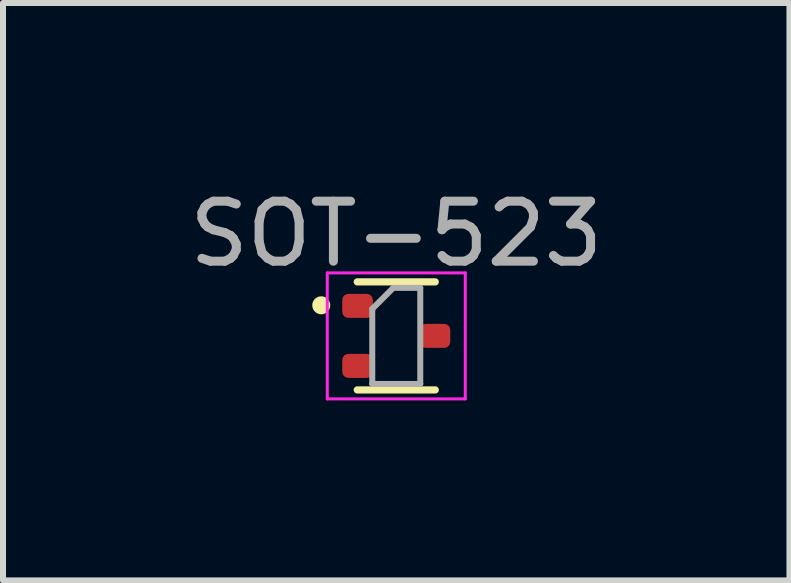
<source format=kicad_pcb>
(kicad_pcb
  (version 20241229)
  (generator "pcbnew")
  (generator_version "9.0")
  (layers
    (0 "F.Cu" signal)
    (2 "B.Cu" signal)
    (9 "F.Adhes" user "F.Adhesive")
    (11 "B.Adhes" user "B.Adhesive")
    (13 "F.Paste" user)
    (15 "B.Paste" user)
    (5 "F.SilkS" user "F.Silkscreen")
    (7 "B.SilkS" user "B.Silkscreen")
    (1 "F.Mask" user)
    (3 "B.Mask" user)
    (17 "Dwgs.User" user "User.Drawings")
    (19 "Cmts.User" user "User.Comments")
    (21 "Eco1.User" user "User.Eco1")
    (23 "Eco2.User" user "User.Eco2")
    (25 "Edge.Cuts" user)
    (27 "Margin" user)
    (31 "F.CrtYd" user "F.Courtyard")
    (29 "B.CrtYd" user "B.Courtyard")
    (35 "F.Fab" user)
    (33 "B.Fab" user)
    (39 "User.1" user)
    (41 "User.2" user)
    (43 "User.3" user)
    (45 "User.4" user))
  (footprint "SOT-523"
    (layer "F.Cu")
    (at 3.554 2.548)
    (property "Reference" "SOT-523" (at 0 -1.7 0) (layer "F.Fab") (effects (font (size 1 1) (thickness 0.15))))
    (attr smd)
    (fp_line (start 0.65 -0.9) (end -0.65 -0.9) (stroke (width 0.12) (type solid)) (layer "F.SilkS"))
    (fp_line (start 0.65 0.9) (end -0.65 0.9) (stroke (width 0.12) (type solid)) (layer "F.SilkS"))
    (fp_circle (center -1.25 -0.51) (end -1.1 -0.51) (stroke (width 0) (type solid)) (fill yes) (layer "F.SilkS"))
    (fp_line (start -1.15 -1.05) (end -1.15 1.05) (stroke (width 0.05) (type solid)) (layer "F.CrtYd"))
    (fp_line (start -1.15 -1.05) (end 1.15 -1.05) (stroke (width 0.05) (type solid)) (layer "F.CrtYd"))
    (fp_line (start 1.15 1.05) (end -1.15 1.05) (stroke (width 0.05) (type solid)) (layer "F.CrtYd"))
    (fp_line (start 1.15 1.05) (end 1.15 -1.05) (stroke (width 0.05) (type solid)) (layer "F.CrtYd"))
    (fp_line (start -0.4 -0.45) (end -0.4 0.8) (stroke (width 0.1) (type solid)) (layer "F.Fab"))
    (fp_line (start -0.4 -0.45) (end -0.05 -0.8) (stroke (width 0.1) (type solid)) (layer "F.Fab"))
    (fp_line (start -0.4 0.8) (end 0.4 0.8) (stroke (width 0.1) (type solid)) (layer "F.Fab"))
    (fp_line (start 0.4 -0.8) (end -0.05 -0.8) (stroke (width 0.1) (type solid)) (layer "F.Fab"))
    (fp_line (start 0.4 0.8) (end 0.4 -0.8) (stroke (width 0.1) (type solid)) (layer "F.Fab"))
    (pad "1" smd roundrect (at -0.645 -0.5 180) (size 0.51 0.4) (layers "F.Cu" "F.Mask" "F.Paste") (roundrect_rratio 0.25))
    (pad "2" smd roundrect (at -0.645 0.5 180) (size 0.51 0.4) (layers "F.Cu" "F.Mask" "F.Paste") (roundrect_rratio 0.25))
    (pad "3" smd roundrect (at 0.645 0 180) (size 0.51 0.4) (layers "F.Cu" "F.Mask" "F.Paste") (roundrect_rratio 0.25)))
  (gr_rect
    (start -3 -3)
    (end 10.107 6.623)
    (stroke (width 0.1) (type default))
    (fill no)
    (layer "Edge.Cuts")))
</source>
